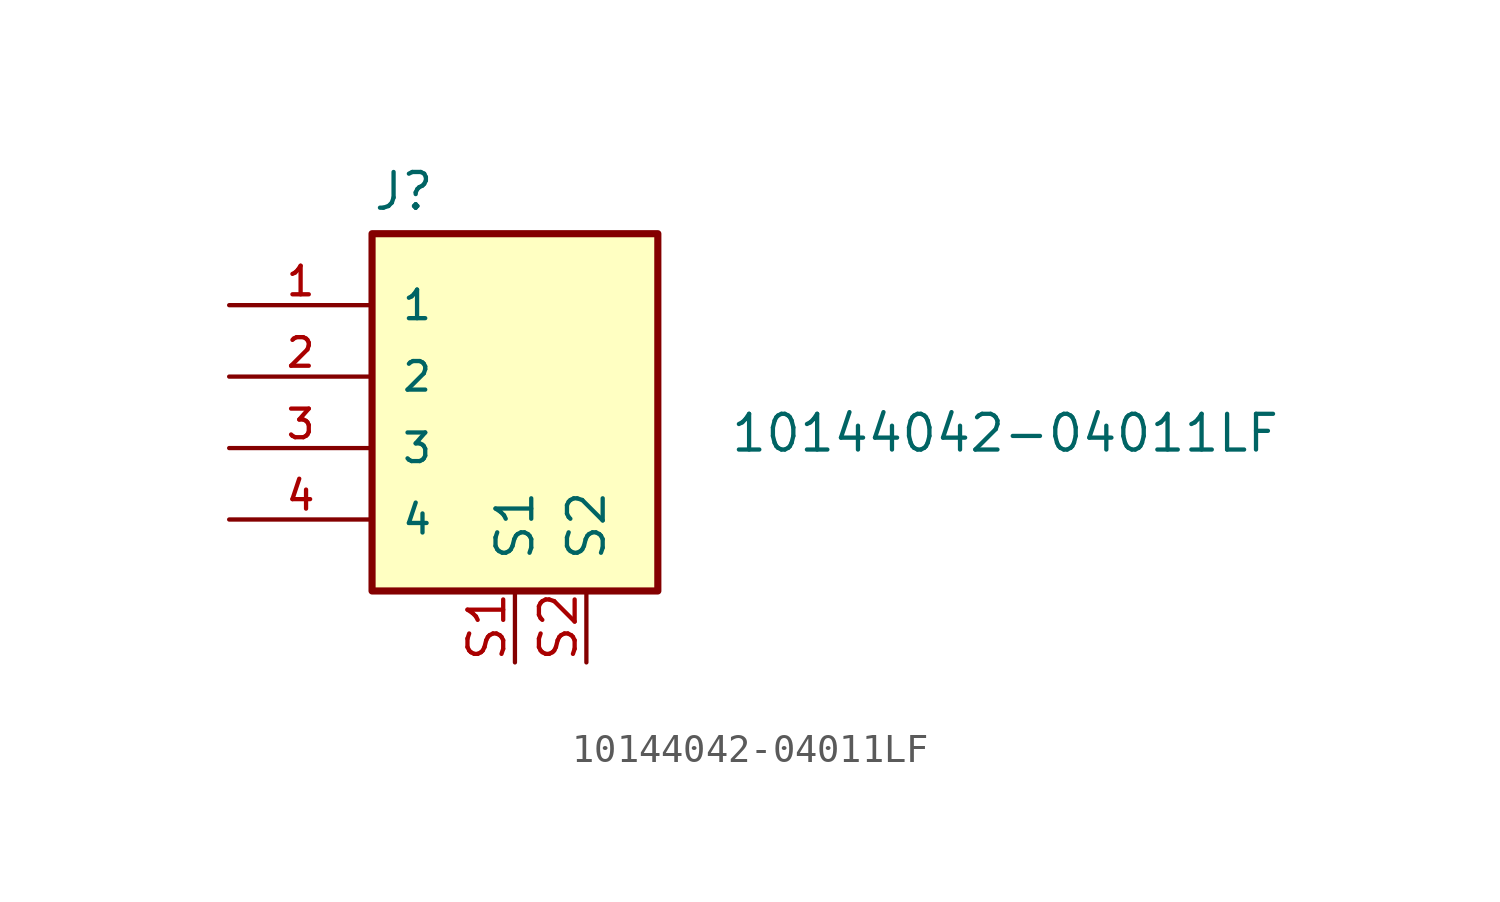
<source format=kicad_sym>
(kicad_symbol_lib
  (version 20220914)
  (generator kicad_symbol_editor)
  (symbol "10144042-04011LF"
    (pin_names
      (offset 1.016))
    (property "Reference" "J"
      (at -5.08 5.842 0)
      (effects (font (size 1.27 1.27)) (justify left bottom)))
    (property "Value" "10144042-04011LF"
      (at 7.62 -1.27 0)
      (effects (font (size 1.27 1.27)) (justify left top)))
    (symbol "10144042-04011LF_0_0"
      (rectangle (start -5.08 5.08) (end 5.08 -7.62) (stroke (width 0.254) (type default)) (fill (type background)))
      (pin passive line (at -10.16 2.54 0) (length 5.08) (name "1" (effects (font (size 1.016 1.016)))) (number "1" (effects (font (size 1.016 1.016)))))
      (pin passive line (at -10.16 0 0) (length 5.08) (name "2" (effects (font (size 1.016 1.016)))) (number "2" (effects (font (size 1.016 1.016)))))
      (pin passive line (at -10.16 -2.54 0) (length 5.08) (name "3" (effects (font (size 1.016 1.016)))) (number "3" (effects (font (size 1.016 1.016)))))
      (pin passive line (at -10.16 -5.08 0) (length 5.08) (name "4" (effects (font (size 1.016 1.016)))) (number "4" (effects (font (size 1.016 1.016))))))
    (symbol "10144042-04011LF_1_1"
      (pin input line (at 0 -10.16 90) (length 2.54) (name "S1" (effects (font (size 1.27 1.27)))) (number "S1" (effects (font (size 1.27 1.27)))))
      (pin input line (at 2.54 -10.16 90) (length 2.54) (name "S2" (effects (font (size 1.27 1.27)))) (number "S2" (effects (font (size 1.27 1.27))))))))
</source>
